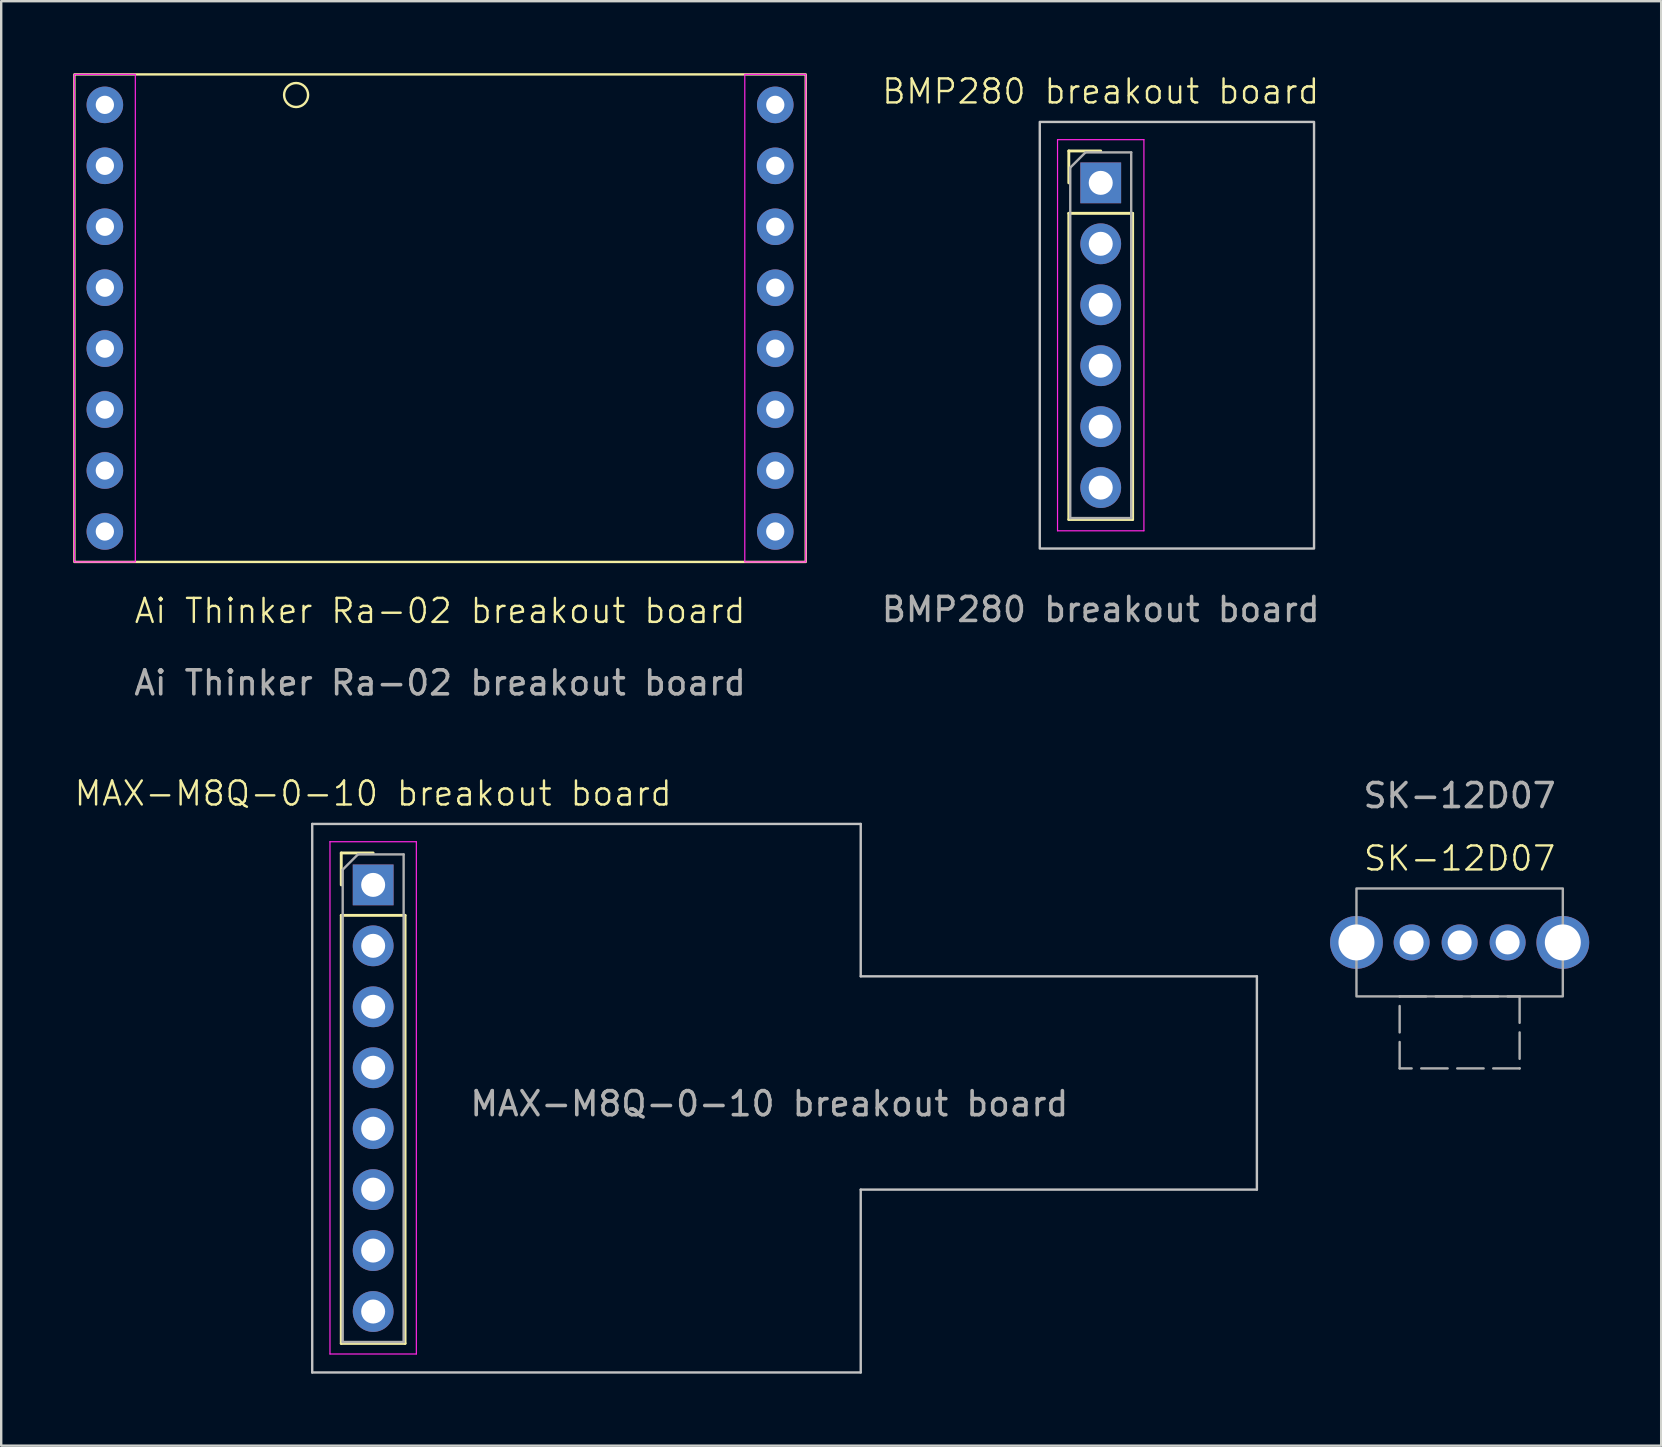
<source format=kicad_pcb>
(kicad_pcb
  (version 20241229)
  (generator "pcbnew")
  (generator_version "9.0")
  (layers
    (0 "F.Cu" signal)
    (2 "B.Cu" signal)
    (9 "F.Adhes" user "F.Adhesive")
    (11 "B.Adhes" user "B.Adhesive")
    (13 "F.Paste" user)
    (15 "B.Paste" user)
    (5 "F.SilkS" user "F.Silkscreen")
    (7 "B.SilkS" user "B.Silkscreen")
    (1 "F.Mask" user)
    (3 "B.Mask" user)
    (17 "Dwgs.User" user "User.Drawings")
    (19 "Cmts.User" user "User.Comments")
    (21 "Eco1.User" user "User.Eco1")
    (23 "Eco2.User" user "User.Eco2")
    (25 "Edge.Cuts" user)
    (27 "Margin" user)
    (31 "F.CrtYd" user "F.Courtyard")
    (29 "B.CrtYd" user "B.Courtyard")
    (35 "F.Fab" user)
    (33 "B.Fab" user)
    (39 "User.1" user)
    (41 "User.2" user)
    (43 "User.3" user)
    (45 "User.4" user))
  (footprint "MAX-M8Q-0-10 breakout board"
    (layer "F.Cu")
    (at 12.502 42.719)
    (property "Reference" "MAX-M8Q-0-10 breakout board" (at 0 -12.7 0) (unlocked yes) (layer "F.SilkS") (effects (font (size 1 1) (thickness 0.1))))
    (attr through_hole)
    (fp_line (start -1.33 -10.22) (end 0 -10.22) (stroke (width 0.12) (type solid)) (layer "F.SilkS"))
    (fp_line (start -1.33 -8.89) (end -1.33 -10.22) (stroke (width 0.12) (type solid)) (layer "F.SilkS"))
    (fp_line (start -1.33 -7.62) (end -1.33 10.22) (stroke (width 0.12) (type solid)) (layer "F.SilkS"))
    (fp_line (start -1.33 -7.62) (end 1.33 -7.62) (stroke (width 0.12) (type solid)) (layer "F.SilkS"))
    (fp_line (start -1.33 10.22) (end 1.33 10.22) (stroke (width 0.12) (type solid)) (layer "F.SilkS"))
    (fp_line (start 1.33 -7.62) (end 1.33 10.22) (stroke (width 0.12) (type solid)) (layer "F.SilkS"))
    (fp_line (start -2.54 -11.43) (end -2.54 11.43) (stroke (width 0.1) (type default)) (layer "Dwgs.User"))
    (fp_line (start -2.54 11.43) (end 20.32 11.43) (stroke (width 0.1) (type default)) (layer "Dwgs.User"))
    (fp_line (start 20.32 -11.43) (end -2.54 -11.43) (stroke (width 0.1) (type default)) (layer "Dwgs.User"))
    (fp_line (start 20.32 -5.08) (end 20.32 -11.43) (stroke (width 0.1) (type default)) (layer "Dwgs.User"))
    (fp_line (start 20.32 -5.08) (end 36.83 -5.08) (stroke (width 0.1) (type default)) (layer "Dwgs.User"))
    (fp_line (start 20.32 11.43) (end 20.32 3.81) (stroke (width 0.1) (type default)) (layer "Dwgs.User"))
    (fp_line (start 36.83 -5.08) (end 36.83 3.81) (stroke (width 0.1) (type default)) (layer "Dwgs.User"))
    (fp_line (start 36.83 3.81) (end 20.32 3.81) (stroke (width 0.1) (type default)) (layer "Dwgs.User"))
    (fp_line (start -1.8 -10.69) (end -1.8 10.66) (stroke (width 0.05) (type solid)) (layer "F.CrtYd"))
    (fp_line (start -1.8 10.66) (end 1.8 10.66) (stroke (width 0.05) (type solid)) (layer "F.CrtYd"))
    (fp_line (start 1.8 -10.69) (end -1.8 -10.69) (stroke (width 0.05) (type solid)) (layer "F.CrtYd"))
    (fp_line (start 1.8 10.66) (end 1.8 -10.69) (stroke (width 0.05) (type solid)) (layer "F.CrtYd"))
    (fp_line (start -1.27 -9.525) (end -0.635 -10.16) (stroke (width 0.1) (type solid)) (layer "F.Fab"))
    (fp_line (start -1.27 10.16) (end -1.27 -9.525) (stroke (width 0.1) (type solid)) (layer "F.Fab"))
    (fp_line (start -0.635 -10.16) (end 1.27 -10.16) (stroke (width 0.1) (type solid)) (layer "F.Fab"))
    (fp_line (start 1.27 -10.16) (end 1.27 10.16) (stroke (width 0.1) (type solid)) (layer "F.Fab"))
    (fp_line (start 1.27 10.16) (end -1.27 10.16) (stroke (width 0.1) (type solid)) (layer "F.Fab"))
    (fp_text user "${REFERENCE}" (at 16.51 0.23 0) (unlocked yes) (layer "F.Fab") (effects (font (size 1 1) (thickness 0.15))))
    (pad "1" thru_hole rect (at 0 -8.89) (size 1.7 1.7) (drill 1) (layers "*.Cu" "*.Mask"))
    (pad "2" thru_hole oval (at 0 -6.35) (size 1.7 1.7) (drill 1) (layers "*.Cu" "*.Mask"))
    (pad "3" thru_hole oval (at 0 -3.81) (size 1.7 1.7) (drill 1) (layers "*.Cu" "*.Mask"))
    (pad "4" thru_hole oval (at 0 -1.27) (size 1.7 1.7) (drill 1) (layers "*.Cu" "*.Mask"))
    (pad "5" thru_hole oval (at 0 1.27) (size 1.7 1.7) (drill 1) (layers "*.Cu" "*.Mask"))
    (pad "6" thru_hole oval (at 0 3.81) (size 1.7 1.7) (drill 1) (layers "*.Cu" "*.Mask"))
    (pad "7" thru_hole oval (at 0 6.35) (size 1.7 1.7) (drill 1) (layers "*.Cu" "*.Mask"))
    (pad "8" thru_hole oval (at 0 8.89) (size 1.7 1.7) (drill 1) (layers "*.Cu" "*.Mask")))
  (footprint "Ai Thinker Ra-02 breakout board"
    (layer "F.Cu")
    (at 15.29 22.91)
    (property "Reference" "Ai Thinker Ra-02 breakout board" (at 0 -0.5 0) (unlocked yes) (layer "F.SilkS") (effects (font (size 1 1) (thickness 0.1))))
    (attr through_hole)
    (fp_rect (start -15.24 -22.86) (end 15.24 -2.54) (stroke (width 0.1) (type default)) (fill no) (layer "F.SilkS"))
    (fp_circle (center -6 -22) (end -5.5 -22) (stroke (width 0.1) (type default)) (fill no) (layer "F.SilkS"))
    (fp_rect (start -15.24 -22.86) (end -12.7 -2.54) (stroke (width 0.05) (type default)) (fill no) (layer "F.CrtYd"))
    (fp_rect (start 12.7 -22.86) (end 15.24 -2.54) (stroke (width 0.05) (type default)) (fill no) (layer "F.CrtYd"))
    (fp_text user "${REFERENCE}" (at 0 2.5 0) (unlocked yes) (layer "F.Fab") (effects (font (size 1 1) (thickness 0.15))))
    (pad "1" thru_hole circle (at -13.97 -21.59) (size 1.524 1.524) (drill 0.762) (layers "*.Cu" "*.Mask"))
    (pad "2" thru_hole circle (at -13.97 -19.05) (size 1.524 1.524) (drill 0.762) (layers "*.Cu" "*.Mask"))
    (pad "3" thru_hole circle (at -13.97 -16.51) (size 1.524 1.524) (drill 0.762) (layers "*.Cu" "*.Mask"))
    (pad "4" thru_hole circle (at -13.97 -13.97) (size 1.524 1.524) (drill 0.762) (layers "*.Cu" "*.Mask"))
    (pad "5" thru_hole circle (at -13.97 -11.43) (size 1.524 1.524) (drill 0.762) (layers "*.Cu" "*.Mask"))
    (pad "6" thru_hole circle (at -13.97 -8.89) (size 1.524 1.524) (drill 0.762) (layers "*.Cu" "*.Mask"))
    (pad "7" thru_hole circle (at -13.97 -6.35) (size 1.524 1.524) (drill 0.762) (layers "*.Cu" "*.Mask"))
    (pad "8" thru_hole circle (at -13.97 -3.81) (size 1.524 1.524) (drill 0.762) (layers "*.Cu" "*.Mask"))
    (pad "9" thru_hole circle (at 13.97 -3.81) (size 1.524 1.524) (drill 0.762) (layers "*.Cu" "*.Mask"))
    (pad "10" thru_hole circle (at 13.97 -6.35) (size 1.524 1.524) (drill 0.762) (layers "*.Cu" "*.Mask"))
    (pad "11" thru_hole circle (at 13.97 -8.89) (size 1.524 1.524) (drill 0.762) (layers "*.Cu" "*.Mask"))
    (pad "12" thru_hole circle (at 13.97 -11.43) (size 1.524 1.524) (drill 0.762) (layers "*.Cu" "*.Mask"))
    (pad "13" thru_hole circle (at 13.97 -13.97) (size 1.524 1.524) (drill 0.762) (layers "*.Cu" "*.Mask"))
    (pad "14" thru_hole circle (at 13.97 -16.51) (size 1.524 1.524) (drill 0.762) (layers "*.Cu" "*.Mask"))
    (pad "15" thru_hole circle (at 13.97 -19.05) (size 1.524 1.524) (drill 0.762) (layers "*.Cu" "*.Mask"))
    (pad "16" thru_hole circle (at 13.97 -21.59) (size 1.524 1.524) (drill 0.762) (layers "*.Cu" "*.Mask")))
  (footprint "BMP280 breakout board"
    (layer "F.Cu")
    (at 42.824 10.921)
    (property "Reference" "BMP280 breakout board" (at 0 -10.16 0) (unlocked yes) (layer "F.SilkS") (effects (font (size 1 1) (thickness 0.1))))
    (attr through_hole)
    (fp_line (start -1.33 -7.68) (end 0 -7.68) (stroke (width 0.12) (type solid)) (layer "F.SilkS"))
    (fp_line (start -1.33 -6.35) (end -1.33 -7.68) (stroke (width 0.12) (type solid)) (layer "F.SilkS"))
    (fp_line (start -1.33 -5.08) (end -1.33 7.68) (stroke (width 0.12) (type solid)) (layer "F.SilkS"))
    (fp_line (start -1.33 -5.08) (end 1.33 -5.08) (stroke (width 0.12) (type solid)) (layer "F.SilkS"))
    (fp_line (start -1.33 7.68) (end 1.33 7.68) (stroke (width 0.12) (type solid)) (layer "F.SilkS"))
    (fp_line (start 1.33 -5.08) (end 1.33 7.68) (stroke (width 0.12) (type solid)) (layer "F.SilkS"))
    (fp_rect (start -2.54 -8.89) (end 8.89 8.89) (stroke (width 0.1) (type default)) (fill no) (layer "Dwgs.User"))
    (fp_line (start -1.8 -8.15) (end -1.8 8.15) (stroke (width 0.05) (type solid)) (layer "F.CrtYd"))
    (fp_line (start -1.8 8.15) (end 1.8 8.15) (stroke (width 0.05) (type solid)) (layer "F.CrtYd"))
    (fp_line (start 1.8 -8.15) (end -1.8 -8.15) (stroke (width 0.05) (type solid)) (layer "F.CrtYd"))
    (fp_line (start 1.8 8.15) (end 1.8 -8.15) (stroke (width 0.05) (type solid)) (layer "F.CrtYd"))
    (fp_line (start -1.27 -6.985) (end -0.635 -7.62) (stroke (width 0.1) (type solid)) (layer "F.Fab"))
    (fp_line (start -1.27 7.62) (end -1.27 -6.985) (stroke (width 0.1) (type solid)) (layer "F.Fab"))
    (fp_line (start -0.635 -7.62) (end 1.27 -7.62) (stroke (width 0.1) (type solid)) (layer "F.Fab"))
    (fp_line (start 1.27 -7.62) (end 1.27 7.62) (stroke (width 0.1) (type solid)) (layer "F.Fab"))
    (fp_line (start 1.27 7.62) (end -1.27 7.62) (stroke (width 0.1) (type solid)) (layer "F.Fab"))
    (fp_text user "${REFERENCE}" (at 0 11.43 0) (unlocked yes) (layer "F.Fab") (effects (font (size 1 1) (thickness 0.15))))
    (pad "1" thru_hole rect (at 0 -6.35) (size 1.7 1.7) (drill 1) (layers "*.Cu" "*.Mask"))
    (pad "2" thru_hole oval (at 0 -3.81) (size 1.7 1.7) (drill 1) (layers "*.Cu" "*.Mask"))
    (pad "3" thru_hole oval (at 0 -1.27) (size 1.7 1.7) (drill 1) (layers "*.Cu" "*.Mask"))
    (pad "4" thru_hole oval (at 0 1.27) (size 1.7 1.7) (drill 1) (layers "*.Cu" "*.Mask"))
    (pad "5" thru_hole oval (at 0 3.81) (size 1.7 1.7) (drill 1) (layers "*.Cu" "*.Mask"))
    (pad "6" thru_hole oval (at 0 6.35) (size 1.7 1.7) (drill 1) (layers "*.Cu" "*.Mask")))
  (footprint "SK-12D07"
    (layer "F.Cu")
    (at 57.782 36.227)
    (property "Reference" "SK-12D07" (at 0 -3.5 0) (unlocked yes) (layer "F.SilkS") (effects (font (size 1 1) (thickness 0.1))))
    (attr through_hole)
    (fp_rect (start -4.3 -2.25) (end 4.3 2.25) (stroke (width 0.1) (type default)) (fill no) (layer "F.Fab"))
    (fp_rect (start -2.5 2.25) (end 2.5 5.25) (stroke (width 0.1) (type dash)) (fill no) (layer "F.Fab"))
    (fp_text user "${REFERENCE}" (at 0 -6.12 0) (unlocked yes) (layer "F.Fab") (effects (font (size 1 1) (thickness 0.15))))
    (pad "" thru_hole circle (at -4.3 0) (size 2.2 2.2) (drill 1.5) (layers "*.Cu" "*.Mask"))
    (pad "" thru_hole circle (at 4.3 0) (size 2.2 2.2) (drill 1.5) (layers "*.Cu" "*.Mask"))
    (pad "1" thru_hole circle (at -2 0) (size 1.5 1.5) (drill 1) (layers "*.Cu" "*.Mask"))
    (pad "2" thru_hole circle (at 0 0) (size 1.5 1.5) (drill 1) (layers "*.Cu" "*.Mask"))
    (pad "3" thru_hole circle (at 2 0) (size 1.5 1.5) (drill 1) (layers "*.Cu" "*.Mask")))
  (gr_rect
    (start -3 -3)
    (end 66.182 57.199)
    (stroke (width 0.1) (type default))
    (fill no)
    (layer "Edge.Cuts")))
</source>
